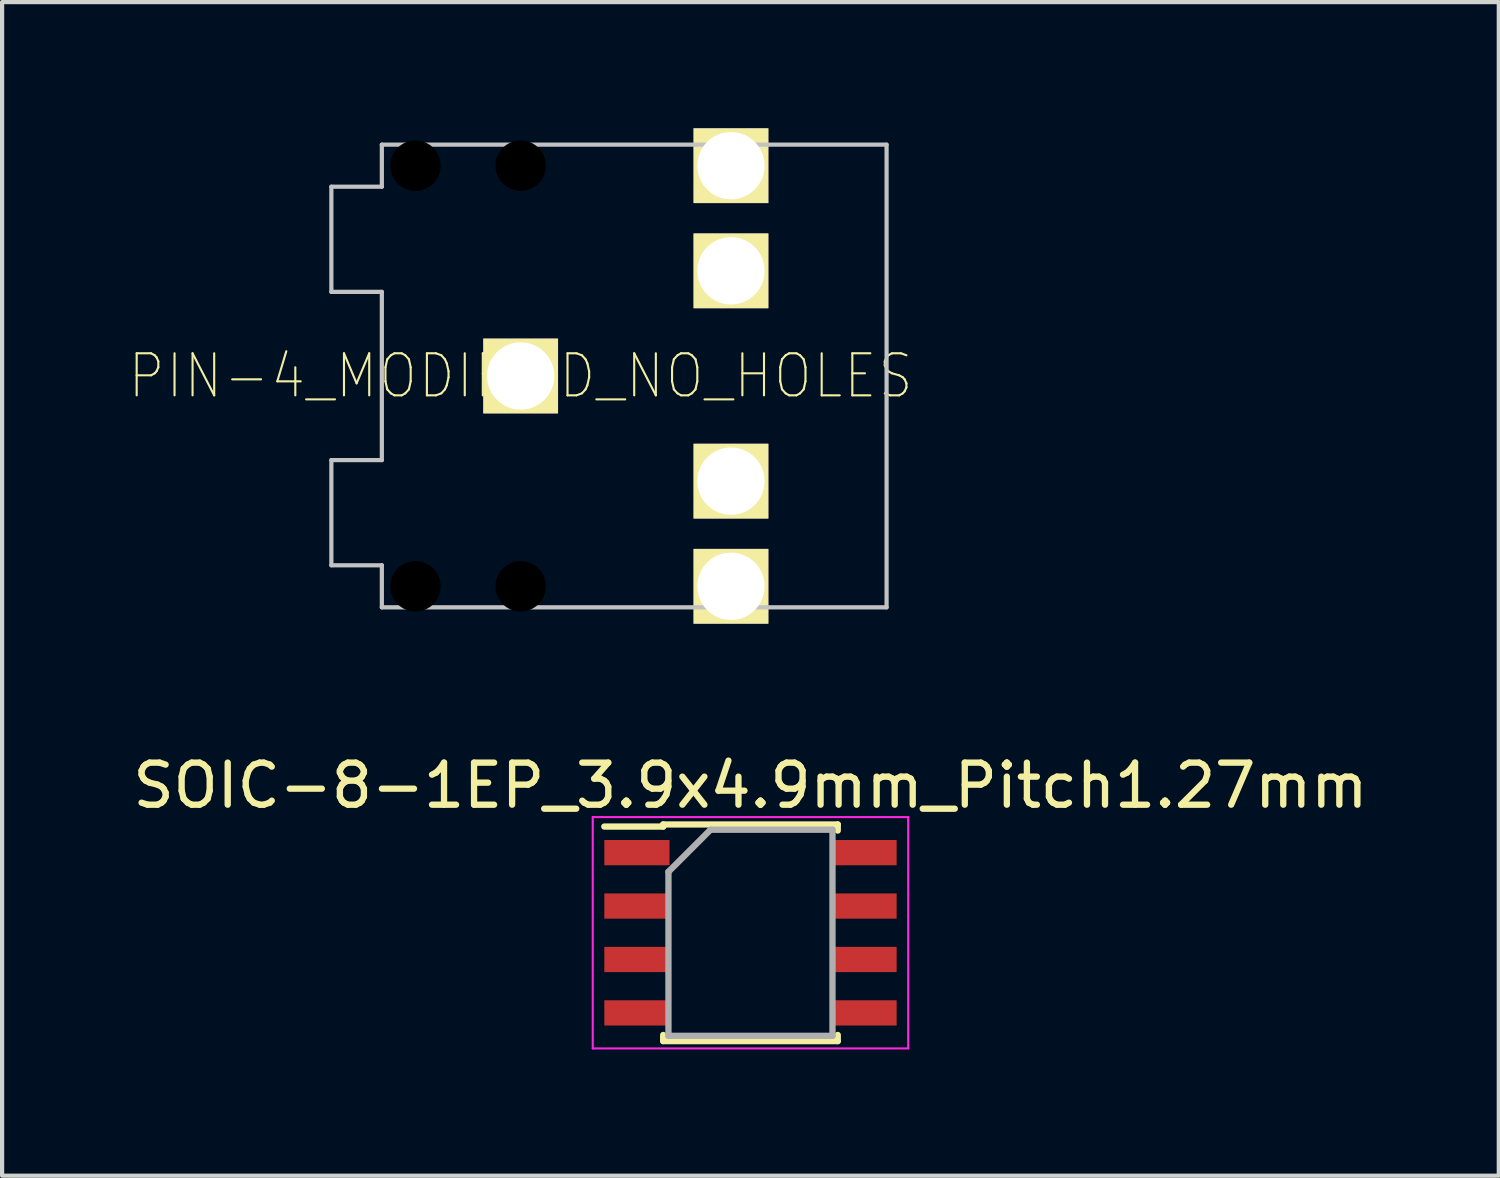
<source format=kicad_pcb>
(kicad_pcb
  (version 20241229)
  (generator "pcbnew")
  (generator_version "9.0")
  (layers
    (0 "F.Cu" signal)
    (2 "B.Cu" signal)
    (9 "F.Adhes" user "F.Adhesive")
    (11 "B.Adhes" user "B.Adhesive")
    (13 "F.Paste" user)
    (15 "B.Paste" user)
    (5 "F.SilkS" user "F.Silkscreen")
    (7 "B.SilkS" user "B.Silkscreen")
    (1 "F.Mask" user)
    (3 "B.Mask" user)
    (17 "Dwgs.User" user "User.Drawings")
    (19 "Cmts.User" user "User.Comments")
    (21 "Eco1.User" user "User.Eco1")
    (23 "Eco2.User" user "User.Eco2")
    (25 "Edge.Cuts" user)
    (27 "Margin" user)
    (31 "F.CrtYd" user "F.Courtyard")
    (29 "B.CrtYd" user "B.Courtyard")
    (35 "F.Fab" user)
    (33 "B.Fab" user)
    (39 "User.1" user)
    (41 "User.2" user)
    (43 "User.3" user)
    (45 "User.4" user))
  (footprint "PIN-4_MODIFIED_NO_HOLES"
    (layer "F.Cu")
    (at 9.328 5.889)
    (property "Reference" "PIN-4_MODIFIED_NO_HOLES" (at 0 0 0) (layer "F.SilkS") (effects (font (size 1 0.9) (thickness 0.05))))
    (attr through_hole)
    (fp_line (start -4.5 -4.5) (end -4.5 -2) (stroke (width 0.1) (type solid)) (layer "Dwgs.User"))
    (fp_line (start -4.5 -4.5) (end -3.3 -4.5) (stroke (width 0.1) (type solid)) (layer "Dwgs.User"))
    (fp_line (start -4.5 -2) (end -3.3 -2) (stroke (width 0.1) (type solid)) (layer "Dwgs.User"))
    (fp_line (start -4.5 2) (end -4.5 4.5) (stroke (width 0.1) (type solid)) (layer "Dwgs.User"))
    (fp_line (start -4.5 2) (end -3.3 2) (stroke (width 0.1) (type solid)) (layer "Dwgs.User"))
    (fp_line (start -4.5 4.5) (end -3.3 4.5) (stroke (width 0.1) (type solid)) (layer "Dwgs.User"))
    (fp_line (start -3.3 -5.5) (end -3.3 -4.5) (stroke (width 0.1) (type solid)) (layer "Dwgs.User"))
    (fp_line (start -3.3 -2) (end -3.3 2) (stroke (width 0.1) (type solid)) (layer "Dwgs.User"))
    (fp_line (start -3.3 4.5) (end -3.3 5.5) (stroke (width 0.1) (type solid)) (layer "Dwgs.User"))
    (fp_line (start -3.3 5.5) (end 8.7 5.5) (stroke (width 0.1) (type solid)) (layer "Dwgs.User"))
    (fp_line (start 8.7 -5.5) (end -3.3 -5.5) (stroke (width 0.1) (type solid)) (layer "Dwgs.User"))
    (fp_line (start 8.7 5.5) (end 8.7 -5.5) (stroke (width 0.1) (type solid)) (layer "Dwgs.User"))
    (pad "" np_thru_hole circle (at -2.5 -5) (size 1.2 1.2) (drill 1.2) (layers))
    (pad "" np_thru_hole circle (at -2.5 5) (size 1.2 1.2) (drill 1.2) (layers))
    (pad "" np_thru_hole circle (at 0 -5) (size 1.2 1.2) (drill 1.2) (layers))
    (pad "" np_thru_hole circle (at 0 5) (size 1.2 1.2) (drill 1.2) (layers))
    (pad "1" thru_hole rect (at 0 0) (size 1.778 1.778) (drill 1.6) (layers "*.Cu" "*.Mask" "F.SilkS"))
    (pad "2" thru_hole rect (at 5 5) (size 1.778 1.778) (drill 1.6) (layers "*.Cu" "*.Mask" "F.SilkS"))
    (pad "3" thru_hole rect (at 5 -5) (size 1.778 1.778) (drill 1.6) (layers "*.Cu" "*.Mask" "F.SilkS"))
    (pad "4" thru_hole rect (at 5 2.5) (size 1.778 1.778) (drill 1.6) (layers "*.Cu" "*.Mask" "F.SilkS"))
    (pad "5" thru_hole rect (at 5 -2.5) (size 1.778 1.778) (drill 1.6) (layers "*.Cu" "*.Mask" "F.SilkS")))
  (footprint "SOIC-8-1EP_3.9x4.9mm_Pitch1.27mm"
    (layer "F.Cu")
    (at 14.792 19.126)
    (property "Reference" "SOIC-8-1EP_3.9x4.9mm_Pitch1.27mm" (at 0 -3.5 0) (layer "F.SilkS") (effects (font (size 1 1) (thickness 0.15))))
    (attr smd)
    (fp_line (start -2.075 -2.575) (end -2.075 -2.525) (stroke (width 0.15) (type solid)) (layer "F.SilkS"))
    (fp_line (start -2.075 -2.575) (end 2.075 -2.575) (stroke (width 0.15) (type solid)) (layer "F.SilkS"))
    (fp_line (start -2.075 -2.525) (end -3.475 -2.525) (stroke (width 0.15) (type solid)) (layer "F.SilkS"))
    (fp_line (start -2.075 2.575) (end -2.075 2.43) (stroke (width 0.15) (type solid)) (layer "F.SilkS"))
    (fp_line (start -2.075 2.575) (end 2.075 2.575) (stroke (width 0.15) (type solid)) (layer "F.SilkS"))
    (fp_line (start 2.075 -2.575) (end 2.075 -2.43) (stroke (width 0.15) (type solid)) (layer "F.SilkS"))
    (fp_line (start 2.075 2.575) (end 2.075 2.43) (stroke (width 0.15) (type solid)) (layer "F.SilkS"))
    (fp_line (start -3.75 -2.75) (end -3.75 2.75) (stroke (width 0.05) (type solid)) (layer "F.CrtYd"))
    (fp_line (start -3.75 -2.75) (end 3.75 -2.75) (stroke (width 0.05) (type solid)) (layer "F.CrtYd"))
    (fp_line (start -3.75 2.75) (end 3.75 2.75) (stroke (width 0.05) (type solid)) (layer "F.CrtYd"))
    (fp_line (start 3.75 -2.75) (end 3.75 2.75) (stroke (width 0.05) (type solid)) (layer "F.CrtYd"))
    (fp_line (start -1.95 -1.45) (end -0.95 -2.45) (stroke (width 0.15) (type solid)) (layer "F.Fab"))
    (fp_line (start -1.95 2.45) (end -1.95 -1.45) (stroke (width 0.15) (type solid)) (layer "F.Fab"))
    (fp_line (start -0.95 -2.45) (end 1.95 -2.45) (stroke (width 0.15) (type solid)) (layer "F.Fab"))
    (fp_line (start 1.95 -2.45) (end 1.95 2.45) (stroke (width 0.15) (type solid)) (layer "F.Fab"))
    (fp_line (start 1.95 2.45) (end -1.95 2.45) (stroke (width 0.15) (type solid)) (layer "F.Fab"))
    (pad "1" smd rect (at -2.7 -1.905) (size 1.55 0.6) (layers "F.Cu" "F.Mask" "F.Paste"))
    (pad "2" smd rect (at -2.7 -0.635) (size 1.55 0.6) (layers "F.Cu" "F.Mask" "F.Paste"))
    (pad "3" smd rect (at -2.7 0.635) (size 1.55 0.6) (layers "F.Cu" "F.Mask" "F.Paste"))
    (pad "4" smd rect (at -2.7 1.905) (size 1.55 0.6) (layers "F.Cu" "F.Mask" "F.Paste"))
    (pad "5" smd rect (at 2.7 1.905) (size 1.55 0.6) (layers "F.Cu" "F.Mask" "F.Paste"))
    (pad "6" smd rect (at 2.7 0.635) (size 1.55 0.6) (layers "F.Cu" "F.Mask" "F.Paste"))
    (pad "7" smd rect (at 2.7 -0.635) (size 1.55 0.6) (layers "F.Cu" "F.Mask" "F.Paste"))
    (pad "8" smd rect (at 2.7 -1.905) (size 1.55 0.6) (layers "F.Cu" "F.Mask" "F.Paste")))
  (gr_rect
    (start -3 -3)
    (end 32.583 24.901)
    (stroke (width 0.1) (type default))
    (fill no)
    (layer "Edge.Cuts")))
</source>
